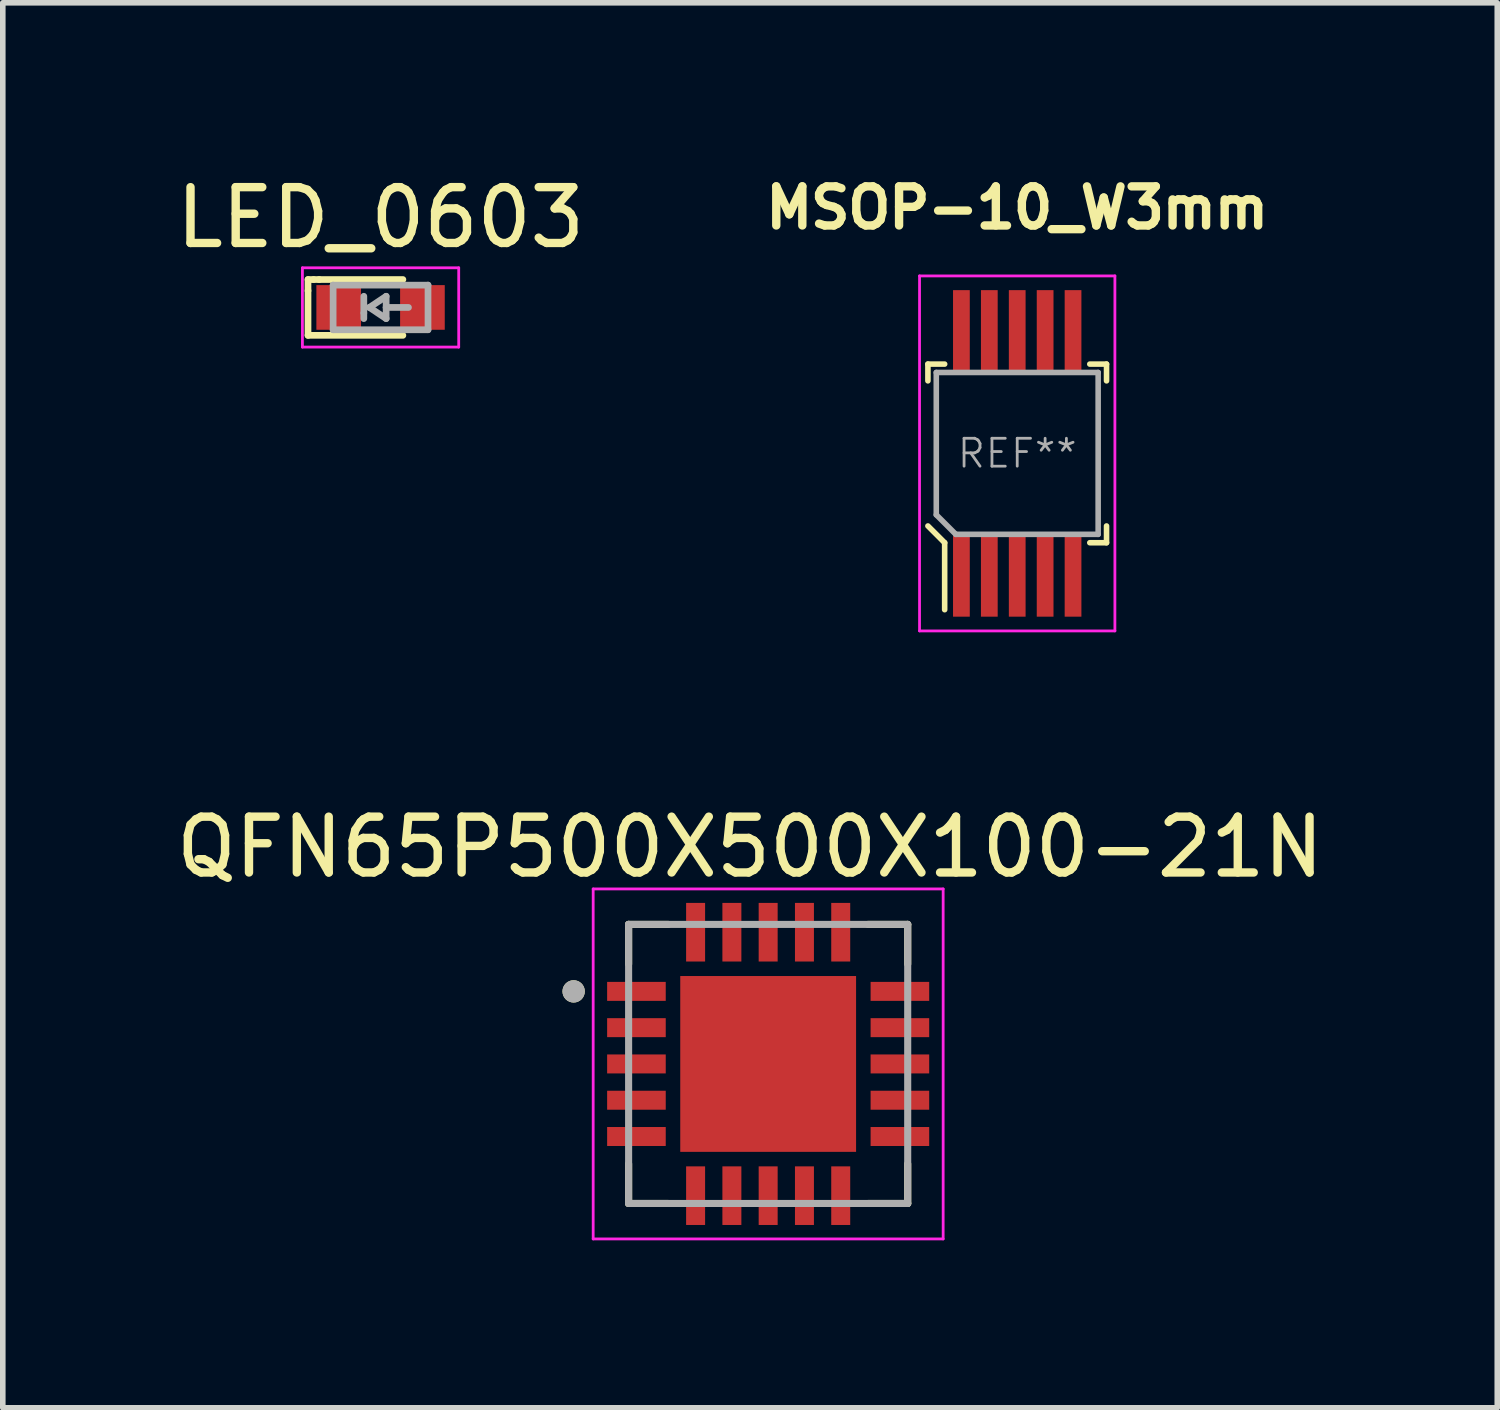
<source format=kicad_pcb>
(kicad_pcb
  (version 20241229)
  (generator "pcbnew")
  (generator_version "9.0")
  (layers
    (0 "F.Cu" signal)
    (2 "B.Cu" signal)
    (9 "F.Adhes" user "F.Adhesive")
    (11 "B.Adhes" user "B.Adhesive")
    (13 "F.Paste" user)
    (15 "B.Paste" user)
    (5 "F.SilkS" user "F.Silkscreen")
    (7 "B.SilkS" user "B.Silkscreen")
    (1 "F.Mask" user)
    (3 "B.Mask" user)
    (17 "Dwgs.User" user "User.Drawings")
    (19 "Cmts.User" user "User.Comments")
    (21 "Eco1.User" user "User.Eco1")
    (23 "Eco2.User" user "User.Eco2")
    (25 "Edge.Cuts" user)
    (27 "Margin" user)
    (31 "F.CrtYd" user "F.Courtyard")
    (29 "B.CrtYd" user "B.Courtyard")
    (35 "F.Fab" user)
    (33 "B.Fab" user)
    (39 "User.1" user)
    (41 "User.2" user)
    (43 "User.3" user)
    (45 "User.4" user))
  (footprint "LED_0603"
    (layer "F.Cu")
    (at 3.768 2.458)
    (property "Reference" "LED_0603" (at 0 -1.61 0) (layer "F.SilkS") (effects (font (size 1 1) (thickness 0.15))))
    (attr smd)
    (fp_line (start -1.3 -0.5) (end -1.3 -0.3) (stroke (width 0.12) (type solid)) (layer "F.SilkS"))
    (fp_line (start -1.3 -0.3) (end -1.3 0.5) (stroke (width 0.12) (type solid)) (layer "F.SilkS"))
    (fp_line (start -1.3 0.5) (end 0.4 0.5) (stroke (width 0.12) (type solid)) (layer "F.SilkS"))
    (fp_line (start -1.2 -0.5) (end -1.3 -0.5) (stroke (width 0.12) (type solid)) (layer "F.SilkS"))
    (fp_line (start -1.1 -0.5) (end -1.2 -0.5) (stroke (width 0.12) (type solid)) (layer "F.SilkS"))
    (fp_line (start -1.1 -0.5) (end 0.4 -0.5) (stroke (width 0.12) (type solid)) (layer "F.SilkS"))
    (fp_line (start -1.4 -0.71) (end 1.4 -0.71) (stroke (width 0.05) (type solid)) (layer "F.CrtYd"))
    (fp_line (start -1.4 0.71) (end -1.4 -0.71) (stroke (width 0.05) (type solid)) (layer "F.CrtYd"))
    (fp_line (start -1.4 0.71) (end 1.4 0.71) (stroke (width 0.05) (type solid)) (layer "F.CrtYd"))
    (fp_line (start 1.4 0.71) (end 1.4 -0.71) (stroke (width 0.05) (type solid)) (layer "F.CrtYd"))
    (fp_line (start -0.85 -0.4) (end 0.85 -0.4) (stroke (width 0.12) (type solid)) (layer "F.Fab"))
    (fp_line (start -0.85 0.4) (end -0.85 -0.4) (stroke (width 0.12) (type solid)) (layer "F.Fab"))
    (fp_line (start -0.85 0.4) (end 0.85 0.4) (stroke (width 0.12) (type solid)) (layer "F.Fab"))
    (fp_line (start -0.3 -0.2) (end -0.3 0.1) (stroke (width 0.12) (type solid)) (layer "F.Fab"))
    (fp_line (start -0.3 0.2) (end -0.3 0.1) (stroke (width 0.12) (type solid)) (layer "F.Fab"))
    (fp_line (start -0.2 0) (end 0.1 0.2) (stroke (width 0.12) (type solid)) (layer "F.Fab"))
    (fp_line (start 0.1 -0.2) (end -0.2 0) (stroke (width 0.12) (type solid)) (layer "F.Fab"))
    (fp_line (start 0.1 0) (end 0.1 -0.2) (stroke (width 0.12) (type solid)) (layer "F.Fab"))
    (fp_line (start 0.1 0.2) (end 0.1 0) (stroke (width 0.12) (type solid)) (layer "F.Fab"))
    (fp_line (start 0.5 0) (end 0.1 0) (stroke (width 0.12) (type solid)) (layer "F.Fab"))
    (fp_line (start 0.85 0.4) (end 0.85 -0.4) (stroke (width 0.12) (type solid)) (layer "F.Fab"))
    (pad "1" smd rect (at -0.75 0) (size 0.8 0.8) (layers "F.Cu" "F.Mask" "F.Paste"))
    (pad "2" smd rect (at 0.75 0) (size 0.8 0.8) (layers "F.Cu" "F.Mask" "F.Paste")))
  (footprint "MSOP-10_W3mm"
    (layer "F.Cu")
    (at 15.174 5.073)
    (property "Reference" "MSOP-10_W3mm" (at 0 -4.4 0) (layer "F.SilkS") (effects (font (size 0.7 0.7) (thickness 0.15))))
    (attr smd)
    (fp_line (start -1.6 -1.6) (end -1.3 -1.6) (stroke (width 0.1) (type solid)) (layer "F.SilkS"))
    (fp_line (start -1.6 -1.3) (end -1.6 -1.6) (stroke (width 0.1) (type solid)) (layer "F.SilkS"))
    (fp_line (start -1.6 1.3) (end -1.3 1.6) (stroke (width 0.1) (type solid)) (layer "F.SilkS"))
    (fp_line (start -1.3 1.6) (end -1.3 2.8) (stroke (width 0.1) (type solid)) (layer "F.SilkS"))
    (fp_line (start 1.3 -1.6) (end 1.6 -1.6) (stroke (width 0.1) (type solid)) (layer "F.SilkS"))
    (fp_line (start 1.6 -1.6) (end 1.6 -1.3) (stroke (width 0.1) (type solid)) (layer "F.SilkS"))
    (fp_line (start 1.6 1.3) (end 1.6 1.6) (stroke (width 0.1) (type solid)) (layer "F.SilkS"))
    (fp_line (start 1.6 1.6) (end 1.3 1.6) (stroke (width 0.1) (type solid)) (layer "F.SilkS"))
    (fp_line (start -1.75 -3.18) (end 1.75 -3.18) (stroke (width 0.05) (type solid)) (layer "F.CrtYd"))
    (fp_line (start -1.75 3.18) (end -1.75 -3.18) (stroke (width 0.05) (type solid)) (layer "F.CrtYd"))
    (fp_line (start -1.75 3.18) (end 1.75 3.18) (stroke (width 0.05) (type solid)) (layer "F.CrtYd"))
    (fp_line (start 1.75 -3.18) (end 1.75 3.18) (stroke (width 0.05) (type solid)) (layer "F.CrtYd"))
    (fp_line (start -1.45 -1.45) (end -1.45 1.1) (stroke (width 0.1) (type solid)) (layer "F.Fab"))
    (fp_line (start -1.45 -1.45) (end 1.45 -1.45) (stroke (width 0.1) (type solid)) (layer "F.Fab"))
    (fp_line (start -1.45 1.1) (end -1.1 1.45) (stroke (width 0.1) (type solid)) (layer "F.Fab"))
    (fp_line (start -1.1 1.45) (end 1.45 1.45) (stroke (width 0.1) (type solid)) (layer "F.Fab"))
    (fp_line (start 1.45 -1.45) (end 1.45 1.45) (stroke (width 0.1) (type solid)) (layer "F.Fab"))
    (fp_text user "REF**" (at 0 0 0) (layer "F.Fab") (effects (font (size 0.5 0.5) (thickness 0.05))))
    (pad "1" smd rect (at -1 2.2) (size 0.3 1.45) (layers "F.Cu" "F.Mask" "F.Paste"))
    (pad "2" smd rect (at -0.5 2.2) (size 0.3 1.45) (layers "F.Cu" "F.Mask" "F.Paste"))
    (pad "3" smd rect (at 0 2.2) (size 0.3 1.45) (layers "F.Cu" "F.Mask" "F.Paste"))
    (pad "4" smd rect (at 0.5 2.2) (size 0.3 1.45) (layers "F.Cu" "F.Mask" "F.Paste"))
    (pad "5" smd rect (at 1 2.2) (size 0.3 1.45) (layers "F.Cu" "F.Mask" "F.Paste"))
    (pad "6" smd rect (at 1 -2.2) (size 0.3 1.45) (layers "F.Cu" "F.Mask" "F.Paste"))
    (pad "7" smd rect (at 0.5 -2.2) (size 0.3 1.45) (layers "F.Cu" "F.Mask" "F.Paste"))
    (pad "8" smd rect (at 0 -2.2) (size 0.3 1.45) (layers "F.Cu" "F.Mask" "F.Paste"))
    (pad "9" smd rect (at -0.5 -2.2) (size 0.3 1.45) (layers "F.Cu" "F.Mask" "F.Paste"))
    (pad "10" smd rect (at -1 -2.2) (size 0.3 1.45) (layers "F.Cu" "F.Mask" "F.Paste")))
  (footprint "QFN65P500X500X100-21N"
    (layer "F.Cu")
    (at 10.712 16.011)
    (property "Reference" "QFN65P500X500X100-21N" (at -0.325 -3.885 0) (layer "F.SilkS") (effects (font (size 1 1) (thickness 0.15))))
    (attr through_hole)
    (fp_line (start -2.5 -2.5) (end -2.5 -1.79) (stroke (width 0.127) (type solid)) (layer "F.SilkS"))
    (fp_line (start -2.5 -2.5) (end -1.79 -2.5) (stroke (width 0.127) (type solid)) (layer "F.SilkS"))
    (fp_line (start -2.5 2.5) (end -2.5 1.79) (stroke (width 0.127) (type solid)) (layer "F.SilkS"))
    (fp_line (start -2.5 2.5) (end -1.79 2.5) (stroke (width 0.127) (type solid)) (layer "F.SilkS"))
    (fp_line (start 2.5 -2.5) (end 1.79 -2.5) (stroke (width 0.127) (type solid)) (layer "F.SilkS"))
    (fp_line (start 2.5 -2.5) (end 2.5 -1.79) (stroke (width 0.127) (type solid)) (layer "F.SilkS"))
    (fp_line (start 2.5 2.5) (end 1.79 2.5) (stroke (width 0.127) (type solid)) (layer "F.SilkS"))
    (fp_line (start 2.5 2.5) (end 2.5 1.79) (stroke (width 0.127) (type solid)) (layer "F.SilkS"))
    (fp_circle (center -3.485 -1.3) (end -3.385 -1.3) (stroke (width 0.2) (type solid)) (fill no) (layer "F.SilkS"))
    (fp_poly (pts (xy -1.195 -1.195) (xy -0.195 -1.195) (xy -0.195 -0.195) (xy -1.195 -0.195)) (stroke (width 0.01) (type solid)) (fill yes) (layer "F.Paste"))
    (fp_poly (pts (xy -1.195 0.195) (xy -0.195 0.195) (xy -0.195 1.195) (xy -1.195 1.195)) (stroke (width 0.01) (type solid)) (fill yes) (layer "F.Paste"))
    (fp_poly (pts (xy 0.195 -1.195) (xy 1.195 -1.195) (xy 1.195 -0.195) (xy 0.195 -0.195)) (stroke (width 0.01) (type solid)) (fill yes) (layer "F.Paste"))
    (fp_poly (pts (xy 0.195 0.195) (xy 1.195 0.195) (xy 1.195 1.195) (xy 0.195 1.195)) (stroke (width 0.01) (type solid)) (fill yes) (layer "F.Paste"))
    (fp_line (start -3.135 -3.135) (end 3.135 -3.135) (stroke (width 0.05) (type solid)) (layer "F.CrtYd"))
    (fp_line (start -3.135 3.135) (end -3.135 -3.135) (stroke (width 0.05) (type solid)) (layer "F.CrtYd"))
    (fp_line (start -3.135 3.135) (end 3.135 3.135) (stroke (width 0.05) (type solid)) (layer "F.CrtYd"))
    (fp_line (start 3.135 3.135) (end 3.135 -3.135) (stroke (width 0.05) (type solid)) (layer "F.CrtYd"))
    (fp_line (start -2.5 2.5) (end -2.5 -2.5) (stroke (width 0.127) (type solid)) (layer "F.Fab"))
    (fp_line (start 2.5 -2.5) (end -2.5 -2.5) (stroke (width 0.127) (type solid)) (layer "F.Fab"))
    (fp_line (start 2.5 2.5) (end -2.5 2.5) (stroke (width 0.127) (type solid)) (layer "F.Fab"))
    (fp_line (start 2.5 2.5) (end 2.5 -2.5) (stroke (width 0.127) (type solid)) (layer "F.Fab"))
    (fp_circle (center -3.485 -1.3) (end -3.385 -1.3) (stroke (width 0.2) (type solid)) (fill no) (layer "F.Fab"))
    (pad "1" smd rect (at -2.36 -1.3) (size 1.05 0.34) (layers "F.Cu" "F.Mask" "F.Paste"))
    (pad "2" smd rect (at -2.36 -0.65) (size 1.05 0.34) (layers "F.Cu" "F.Mask" "F.Paste"))
    (pad "3" smd rect (at -2.36 0) (size 1.05 0.34) (layers "F.Cu" "F.Mask" "F.Paste"))
    (pad "4" smd rect (at -2.36 0.65) (size 1.05 0.34) (layers "F.Cu" "F.Mask" "F.Paste"))
    (pad "5" smd rect (at -2.36 1.3) (size 1.05 0.34) (layers "F.Cu" "F.Mask" "F.Paste"))
    (pad "6" smd rect (at -1.3 2.36) (size 0.34 1.05) (layers "F.Cu" "F.Mask" "F.Paste"))
    (pad "7" smd rect (at -0.65 2.36) (size 0.34 1.05) (layers "F.Cu" "F.Mask" "F.Paste"))
    (pad "8" smd rect (at 0 2.36) (size 0.34 1.05) (layers "F.Cu" "F.Mask" "F.Paste"))
    (pad "9" smd rect (at 0.65 2.36) (size 0.34 1.05) (layers "F.Cu" "F.Mask" "F.Paste"))
    (pad "10" smd rect (at 1.3 2.36) (size 0.34 1.05) (layers "F.Cu" "F.Mask" "F.Paste"))
    (pad "11" smd rect (at 2.36 1.3) (size 1.05 0.34) (layers "F.Cu" "F.Mask" "F.Paste"))
    (pad "12" smd rect (at 2.36 0.65) (size 1.05 0.34) (layers "F.Cu" "F.Mask" "F.Paste"))
    (pad "13" smd rect (at 2.36 0) (size 1.05 0.34) (layers "F.Cu" "F.Mask" "F.Paste"))
    (pad "14" smd rect (at 2.36 -0.65) (size 1.05 0.34) (layers "F.Cu" "F.Mask" "F.Paste"))
    (pad "15" smd rect (at 2.36 -1.3) (size 1.05 0.34) (layers "F.Cu" "F.Mask" "F.Paste"))
    (pad "16" smd rect (at 1.3 -2.36) (size 0.34 1.05) (layers "F.Cu" "F.Mask" "F.Paste"))
    (pad "17" smd rect (at 0.65 -2.36) (size 0.34 1.05) (layers "F.Cu" "F.Mask" "F.Paste"))
    (pad "18" smd rect (at 0 -2.36) (size 0.34 1.05) (layers "F.Cu" "F.Mask" "F.Paste"))
    (pad "19" smd rect (at -0.65 -2.36) (size 0.34 1.05) (layers "F.Cu" "F.Mask" "F.Paste"))
    (pad "20" smd rect (at -1.3 -2.36) (size 0.34 1.05) (layers "F.Cu" "F.Mask" "F.Paste"))
    (pad "21" smd rect (at 0 0) (size 3.15 3.15) (layers "F.Cu" "F.Mask")))
  (gr_rect
    (start -3 -3)
    (end 23.774 22.171)
    (stroke (width 0.1) (type default))
    (fill no)
    (layer "Edge.Cuts")))
</source>
